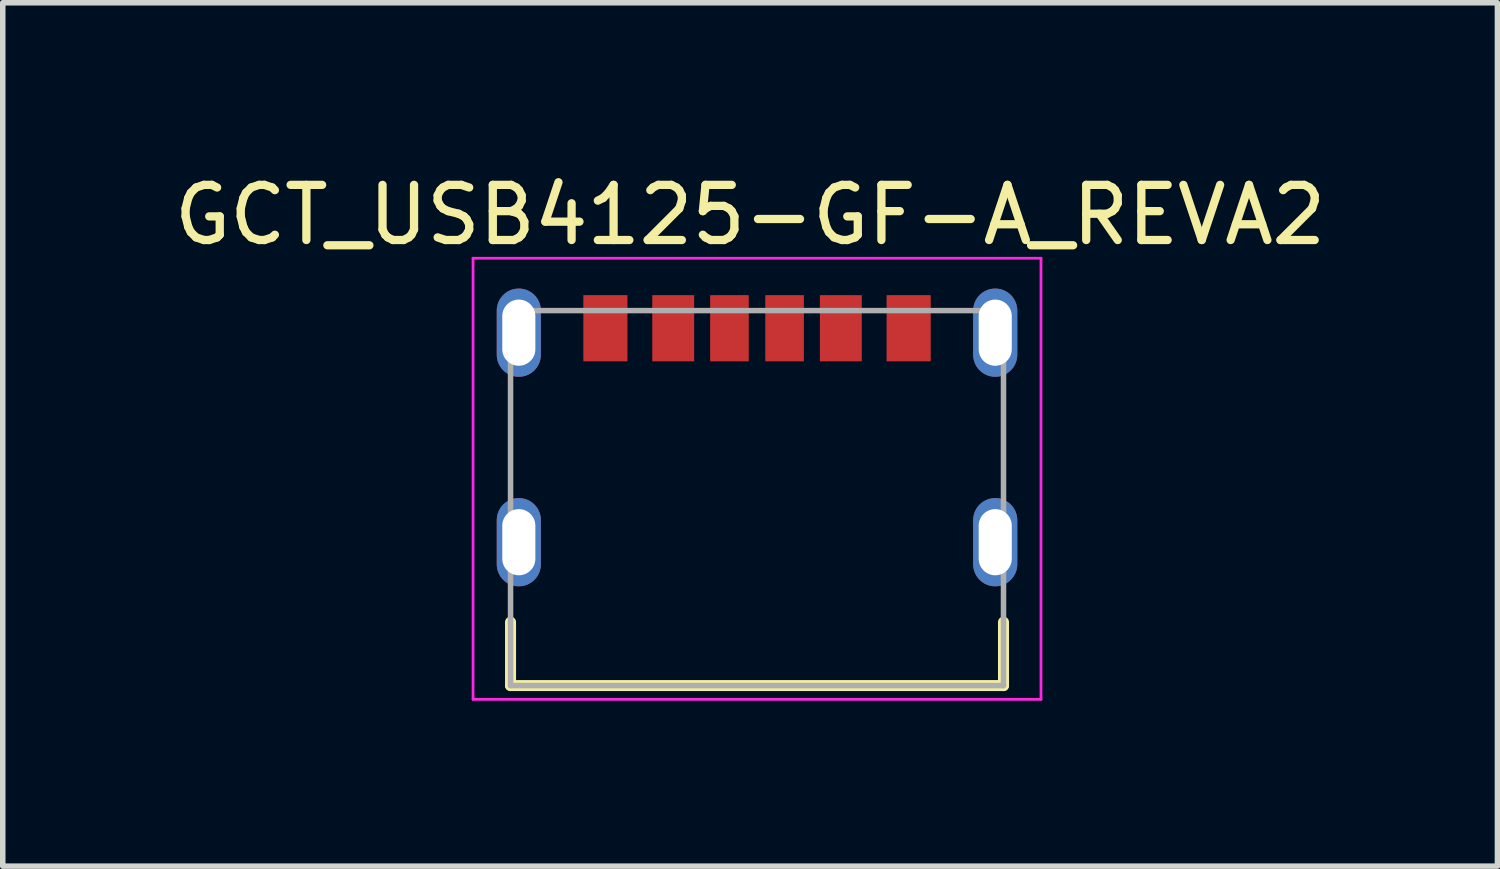
<source format=kicad_pcb>
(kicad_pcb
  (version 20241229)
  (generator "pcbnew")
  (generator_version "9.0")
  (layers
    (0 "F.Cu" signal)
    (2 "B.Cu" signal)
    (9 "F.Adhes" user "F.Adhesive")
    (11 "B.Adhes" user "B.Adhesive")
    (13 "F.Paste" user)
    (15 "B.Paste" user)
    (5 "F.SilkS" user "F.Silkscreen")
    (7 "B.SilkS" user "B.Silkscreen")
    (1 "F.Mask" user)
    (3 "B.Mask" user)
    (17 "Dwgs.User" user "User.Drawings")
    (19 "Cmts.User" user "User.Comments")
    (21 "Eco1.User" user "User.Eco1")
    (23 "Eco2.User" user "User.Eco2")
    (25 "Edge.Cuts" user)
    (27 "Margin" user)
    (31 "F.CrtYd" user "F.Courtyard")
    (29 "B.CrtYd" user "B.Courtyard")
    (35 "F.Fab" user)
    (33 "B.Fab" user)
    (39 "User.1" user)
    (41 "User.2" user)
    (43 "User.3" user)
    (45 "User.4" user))
  (footprint "GCT_USB4125-GF-A_REVA2"
    (layer "F.Cu")
    (at 10.679 5.983)
    (property "Reference" "GCT_USB4125-GF-A_REVA2" (at -0.125 -5.135 0) (layer "F.SilkS") (effects (font (size 1 1) (thickness 0.15))))
    (attr smd)
    (fp_line (start -4.47 2.25) (end -4.47 3.4) (stroke (width 0.2) (type solid)) (layer "F.SilkS"))
    (fp_line (start -4.47 3.4) (end 4.47 3.4) (stroke (width 0.2) (type solid)) (layer "F.SilkS"))
    (fp_line (start 4.47 3.4) (end 4.47 2.25) (stroke (width 0.2) (type solid)) (layer "F.SilkS"))
    (fp_line (start -5.15 -4.35) (end 5.15 -4.35) (stroke (width 0.05) (type solid)) (layer "F.CrtYd"))
    (fp_line (start -5.15 3.65) (end -5.15 -4.35) (stroke (width 0.05) (type solid)) (layer "F.CrtYd"))
    (fp_line (start 5.15 -4.35) (end 5.15 3.65) (stroke (width 0.05) (type solid)) (layer "F.CrtYd"))
    (fp_line (start 5.15 3.65) (end -5.15 3.65) (stroke (width 0.05) (type solid)) (layer "F.CrtYd"))
    (fp_line (start -4.47 -3.4) (end 4.47 -3.4) (stroke (width 0.1) (type solid)) (layer "F.Fab"))
    (fp_line (start -4.47 3.4) (end -4.47 -3.4) (stroke (width 0.1) (type solid)) (layer "F.Fab"))
    (fp_line (start 4.47 -3.4) (end 4.47 3.4) (stroke (width 0.1) (type solid)) (layer "F.Fab"))
    (fp_line (start 4.47 3.4) (end -4.47 3.4) (stroke (width 0.1) (type solid)) (layer "F.Fab"))
    (pad "A5" smd rect (at -0.5 -3.08) (size 0.7 1.2) (layers "F.Cu" "F.Mask" "F.Paste"))
    (pad "A9" smd rect (at 1.52 -3.08) (size 0.76 1.2) (layers "F.Cu" "F.Mask" "F.Paste"))
    (pad "A12" smd rect (at 2.75 -3.08) (size 0.8 1.2) (layers "F.Cu" "F.Mask" "F.Paste"))
    (pad "B5" smd rect (at 0.5 -3.08) (size 0.7 1.2) (layers "F.Cu" "F.Mask" "F.Paste"))
    (pad "B9" smd rect (at -1.52 -3.08) (size 0.76 1.2) (layers "F.Cu" "F.Mask" "F.Paste"))
    (pad "B12" smd rect (at -2.75 -3.08) (size 0.8 1.2) (layers "F.Cu" "F.Mask" "F.Paste"))
    (pad "S1" thru_hole oval (at -4.32 -3) (size 0.8 1.6) (drill oval 0.6 1.2) (layers "*.Cu"))
    (pad "S2" thru_hole oval (at 4.32 -3) (size 0.8 1.6) (drill oval 0.6 1.2) (layers "*.Cu"))
    (pad "S3" thru_hole oval (at -4.32 0.8) (size 0.8 1.6) (drill oval 0.6 1.2) (layers "*.Cu"))
    (pad "S4" thru_hole oval (at 4.32 0.8) (size 0.8 1.6) (drill oval 0.6 1.2) (layers "*.Cu")))
  (gr_rect
    (start -3 -3)
    (end 24.107 12.658)
    (stroke (width 0.1) (type default))
    (fill no)
    (layer "Edge.Cuts")))
</source>
